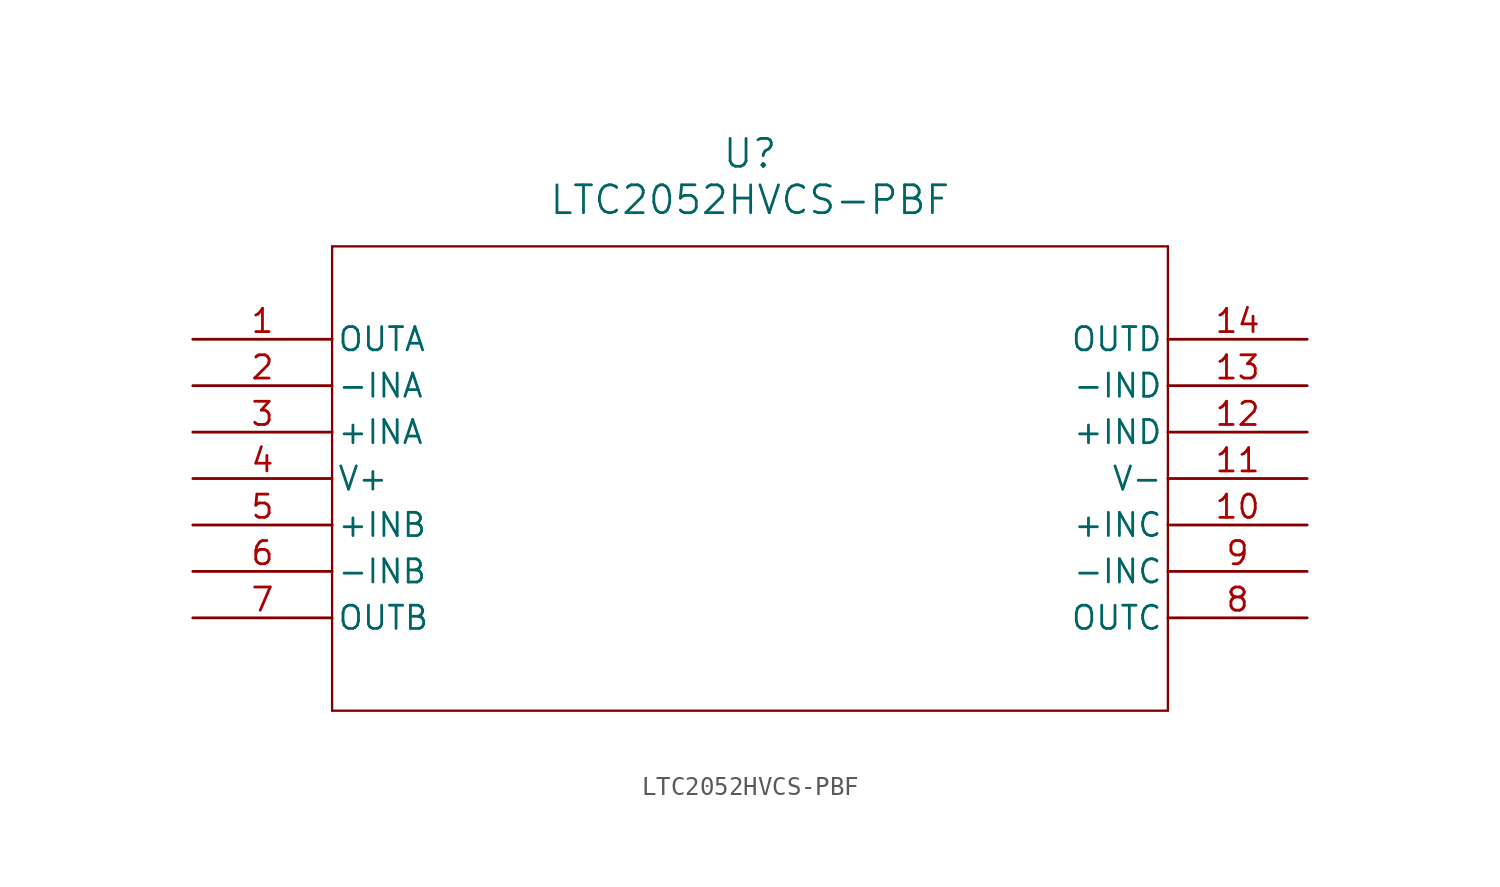
<source format=kicad_sym>
(kicad_symbol_lib
  (version 20211014)
  (generator kicad_symbol_editor)
  (symbol "LTC2052HVCS-PBF"
    (pin_names
      (offset 0.254))
    (property "Reference" "U"
      (at 30.48 10.16 0)
      (effects (font (size 1.524 1.524))))
    (property "Value" "LTC2052HVCS-PBF"
      (at 30.48 7.62 0)
      (effects (font (size 1.524 1.524))))
    (symbol "LTC2052HVCS-PBF_0_1"
      (polyline (pts (xy 7.62 5.08) (xy 7.62 -20.32)) (stroke (width 0.127) (type default) (color 0 0 0 0)) (fill (type none)))
      (polyline (pts (xy 7.62 -20.32) (xy 53.34 -20.32)) (stroke (width 0.127) (type default) (color 0 0 0 0)) (fill (type none)))
      (polyline (pts (xy 53.34 -20.32) (xy 53.34 5.08)) (stroke (width 0.127) (type default) (color 0 0 0 0)) (fill (type none)))
      (polyline (pts (xy 53.34 5.08) (xy 7.62 5.08)) (stroke (width 0.127) (type default) (color 0 0 0 0)) (fill (type none)))
      (pin output line (at 0 0 0) (length 7.62) (name "OUTA" (effects (font (size 1.27 1.27)))) (number "1" (effects (font (size 1.27 1.27)))))
      (pin input line (at 0 -2.54 0) (length 7.62) (name "-INA" (effects (font (size 1.27 1.27)))) (number "2" (effects (font (size 1.27 1.27)))))
      (pin input line (at 0 -5.08 0) (length 7.62) (name "+INA" (effects (font (size 1.27 1.27)))) (number "3" (effects (font (size 1.27 1.27)))))
      (pin power_in line (at 0 -7.62 0) (length 7.62) (name "V+" (effects (font (size 1.27 1.27)))) (number "4" (effects (font (size 1.27 1.27)))))
      (pin input line (at 0 -10.16 0) (length 7.62) (name "+INB" (effects (font (size 1.27 1.27)))) (number "5" (effects (font (size 1.27 1.27)))))
      (pin input line (at 0 -12.7 0) (length 7.62) (name "-INB" (effects (font (size 1.27 1.27)))) (number "6" (effects (font (size 1.27 1.27)))))
      (pin output line (at 0 -15.24 0) (length 7.62) (name "OUTB" (effects (font (size 1.27 1.27)))) (number "7" (effects (font (size 1.27 1.27)))))
      (pin output line (at 60.96 -15.24 180) (length 7.62) (name "OUTC" (effects (font (size 1.27 1.27)))) (number "8" (effects (font (size 1.27 1.27)))))
      (pin input line (at 60.96 -12.7 180) (length 7.62) (name "-INC" (effects (font (size 1.27 1.27)))) (number "9" (effects (font (size 1.27 1.27)))))
      (pin input line (at 60.96 -10.16 180) (length 7.62) (name "+INC" (effects (font (size 1.27 1.27)))) (number "10" (effects (font (size 1.27 1.27)))))
      (pin power_in line (at 60.96 -7.62 180) (length 7.62) (name "V-" (effects (font (size 1.27 1.27)))) (number "11" (effects (font (size 1.27 1.27)))))
      (pin input line (at 60.96 -5.08 180) (length 7.62) (name "+IND" (effects (font (size 1.27 1.27)))) (number "12" (effects (font (size 1.27 1.27)))))
      (pin input line (at 60.96 -2.54 180) (length 7.62) (name "-IND" (effects (font (size 1.27 1.27)))) (number "13" (effects (font (size 1.27 1.27)))))
      (pin output line (at 60.96 0 180) (length 7.62) (name "OUTD" (effects (font (size 1.27 1.27)))) (number "14" (effects (font (size 1.27 1.27))))))))
</source>
